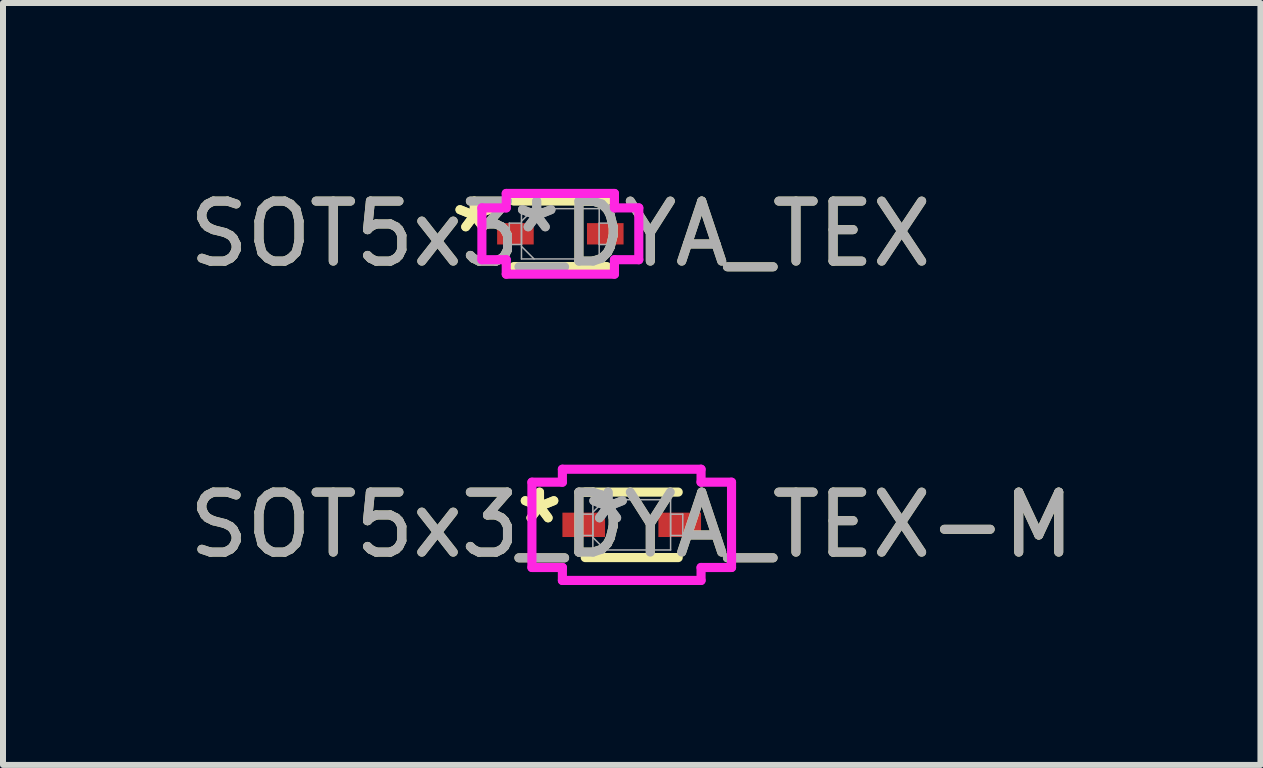
<source format=kicad_pcb>
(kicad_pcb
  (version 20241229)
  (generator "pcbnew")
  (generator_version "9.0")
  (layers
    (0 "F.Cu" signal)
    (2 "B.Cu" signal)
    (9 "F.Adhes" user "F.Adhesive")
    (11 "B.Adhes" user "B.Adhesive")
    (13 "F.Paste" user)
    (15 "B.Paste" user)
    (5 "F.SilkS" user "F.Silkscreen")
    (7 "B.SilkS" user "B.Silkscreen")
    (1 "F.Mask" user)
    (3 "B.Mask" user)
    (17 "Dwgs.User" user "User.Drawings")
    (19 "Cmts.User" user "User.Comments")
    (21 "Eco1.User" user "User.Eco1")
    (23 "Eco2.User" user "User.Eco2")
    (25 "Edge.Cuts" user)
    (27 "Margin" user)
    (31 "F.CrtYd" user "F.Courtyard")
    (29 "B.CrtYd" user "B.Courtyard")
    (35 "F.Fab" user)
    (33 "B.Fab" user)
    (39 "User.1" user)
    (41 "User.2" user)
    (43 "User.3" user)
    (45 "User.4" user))
  (footprint "SOT5x3_DYA_TEX-M"
    (layer "F.Cu")
    (at 7.482 5.7)
    (property "Reference" "SOT5x3_DYA_TEX-M" (at 0 0 0) (unlocked yes) (layer "F.SilkS") (effects (font (size 1 1) (thickness 0.15))))
    (attr smd)
    (fp_line (start -0.775 0.546) (end 0.775 0.546) (stroke (width 0.152) (type solid)) (layer "F.SilkS"))
    (fp_line (start 0.775 -0.546) (end -0.775 -0.546) (stroke (width 0.152) (type solid)) (layer "F.SilkS"))
    (fp_line (start -1.664 -0.711) (end -1.156 -0.711) (stroke (width 0.152) (type solid)) (layer "F.CrtYd"))
    (fp_line (start -1.664 0.711) (end -1.664 -0.711) (stroke (width 0.152) (type solid)) (layer "F.CrtYd"))
    (fp_line (start -1.156 -0.927) (end 1.156 -0.927) (stroke (width 0.152) (type solid)) (layer "F.CrtYd"))
    (fp_line (start -1.156 -0.711) (end -1.156 -0.927) (stroke (width 0.152) (type solid)) (layer "F.CrtYd"))
    (fp_line (start -1.156 0.711) (end -1.664 0.711) (stroke (width 0.152) (type solid)) (layer "F.CrtYd"))
    (fp_line (start -1.156 0.927) (end -1.156 0.711) (stroke (width 0.152) (type solid)) (layer "F.CrtYd"))
    (fp_line (start 1.156 -0.927) (end 1.156 -0.711) (stroke (width 0.152) (type solid)) (layer "F.CrtYd"))
    (fp_line (start 1.156 -0.711) (end 1.664 -0.711) (stroke (width 0.152) (type solid)) (layer "F.CrtYd"))
    (fp_line (start 1.156 0.711) (end 1.156 0.927) (stroke (width 0.152) (type solid)) (layer "F.CrtYd"))
    (fp_line (start 1.156 0.927) (end -1.156 0.927) (stroke (width 0.152) (type solid)) (layer "F.CrtYd"))
    (fp_line (start 1.664 -0.711) (end 1.664 0.711) (stroke (width 0.152) (type solid)) (layer "F.CrtYd"))
    (fp_line (start 1.664 0.711) (end 1.156 0.711) (stroke (width 0.152) (type solid)) (layer "F.CrtYd"))
    (fp_line (start -0.851 -0.178) (end -0.851 0.178) (stroke (width 0.025) (type solid)) (layer "F.Fab"))
    (fp_line (start -0.851 0.178) (end -0.648 0.178) (stroke (width 0.025) (type solid)) (layer "F.Fab"))
    (fp_line (start -0.648 -0.419) (end -0.648 0.419) (stroke (width 0.025) (type solid)) (layer "F.Fab"))
    (fp_line (start -0.648 -0.21) (end -0.438 -0.419) (stroke (width 0.025) (type solid)) (layer "F.Fab"))
    (fp_line (start -0.648 -0.178) (end -0.851 -0.178) (stroke (width 0.025) (type solid)) (layer "F.Fab"))
    (fp_line (start -0.648 0.178) (end -0.648 -0.178) (stroke (width 0.025) (type solid)) (layer "F.Fab"))
    (fp_line (start -0.648 0.21) (end -0.438 0.419) (stroke (width 0.025) (type solid)) (layer "F.Fab"))
    (fp_line (start -0.648 0.419) (end 0.648 0.419) (stroke (width 0.025) (type solid)) (layer "F.Fab"))
    (fp_line (start 0.648 -0.419) (end -0.648 -0.419) (stroke (width 0.025) (type solid)) (layer "F.Fab"))
    (fp_line (start 0.648 -0.178) (end 0.648 0.178) (stroke (width 0.025) (type solid)) (layer "F.Fab"))
    (fp_line (start 0.648 0.178) (end 0.851 0.178) (stroke (width 0.025) (type solid)) (layer "F.Fab"))
    (fp_line (start 0.648 0.419) (end 0.648 -0.419) (stroke (width 0.025) (type solid)) (layer "F.Fab"))
    (fp_line (start 0.851 -0.178) (end 0.648 -0.178) (stroke (width 0.025) (type solid)) (layer "F.Fab"))
    (fp_line (start 0.851 0.178) (end 0.851 -0.178) (stroke (width 0.025) (type solid)) (layer "F.Fab"))
    (fp_text user "*" (at -1.537 0 0) (layer "F.SilkS") (effects (font (size 1 1) (thickness 0.15))))
    (fp_text user "*" (at -1.537 0 0) (unlocked yes) (layer "F.SilkS") (effects (font (size 1 1) (thickness 0.15))))
    (fp_text user "${REFERENCE}" (at 0 0 0) (unlocked yes) (layer "F.Fab") (effects (font (size 1 1) (thickness 0.15))))
    (fp_text user "*" (at -0.394 0 0) (unlocked yes) (layer "F.Fab") (effects (font (size 1 1) (thickness 0.15))))
    (fp_text user "*" (at -0.394 0 0) (layer "F.Fab") (effects (font (size 1 1) (thickness 0.15))))
    (pad "1" smd rect (at -0.8 0) (size 0.711 0.406) (layers "F.Cu" "F.Mask" "F.Paste"))
    (pad "2" smd rect (at 0.8 0) (size 0.711 0.406) (layers "F.Cu" "F.Mask" "F.Paste"))
    (zone (net_name "") (layer "F.Cu") (hatch full 0.508) (connect_pads) (min_thickness 0.254) (filled_areas_thickness no) (keepout (tracks not_allowed) (vias not_allowed) (pads allowed) (copperpour not_allowed) (footprints allowed)) (placement (enabled no)) (fill) (polygon (pts (xy 7.088 5.332) (xy 7.876 5.332) (xy 7.876 6.068) (xy 7.088 6.068)))))
  (footprint "SOT5x3_DYA_TEX"
    (layer "F.Cu")
    (at 6.292 0.848)
    (property "Reference" "SOT5x3_DYA_TEX" (at 0 0 0) (unlocked yes) (layer "F.SilkS") (effects (font (size 1 1) (thickness 0.15))))
    (attr smd)
    (fp_line (start -0.775 0.546) (end 0.775 0.546) (stroke (width 0.152) (type solid)) (layer "F.SilkS"))
    (fp_line (start 0.775 -0.546) (end -0.775 -0.546) (stroke (width 0.152) (type solid)) (layer "F.SilkS"))
    (fp_line (start -1.308 -0.432) (end -0.902 -0.432) (stroke (width 0.152) (type solid)) (layer "F.CrtYd"))
    (fp_line (start -1.308 0.432) (end -1.308 -0.432) (stroke (width 0.152) (type solid)) (layer "F.CrtYd"))
    (fp_line (start -0.902 -0.673) (end 0.902 -0.673) (stroke (width 0.152) (type solid)) (layer "F.CrtYd"))
    (fp_line (start -0.902 -0.432) (end -0.902 -0.673) (stroke (width 0.152) (type solid)) (layer "F.CrtYd"))
    (fp_line (start -0.902 0.432) (end -1.308 0.432) (stroke (width 0.152) (type solid)) (layer "F.CrtYd"))
    (fp_line (start -0.902 0.673) (end -0.902 0.432) (stroke (width 0.152) (type solid)) (layer "F.CrtYd"))
    (fp_line (start 0.902 -0.673) (end 0.902 -0.432) (stroke (width 0.152) (type solid)) (layer "F.CrtYd"))
    (fp_line (start 0.902 -0.432) (end 1.308 -0.432) (stroke (width 0.152) (type solid)) (layer "F.CrtYd"))
    (fp_line (start 0.902 0.432) (end 0.902 0.673) (stroke (width 0.152) (type solid)) (layer "F.CrtYd"))
    (fp_line (start 0.902 0.673) (end -0.902 0.673) (stroke (width 0.152) (type solid)) (layer "F.CrtYd"))
    (fp_line (start 1.308 -0.432) (end 1.308 0.432) (stroke (width 0.152) (type solid)) (layer "F.CrtYd"))
    (fp_line (start 1.308 0.432) (end 0.902 0.432) (stroke (width 0.152) (type solid)) (layer "F.CrtYd"))
    (fp_line (start -0.851 -0.178) (end -0.851 0.178) (stroke (width 0.025) (type solid)) (layer "F.Fab"))
    (fp_line (start -0.851 0.178) (end -0.648 0.178) (stroke (width 0.025) (type solid)) (layer "F.Fab"))
    (fp_line (start -0.648 -0.419) (end -0.648 0.419) (stroke (width 0.025) (type solid)) (layer "F.Fab"))
    (fp_line (start -0.648 -0.21) (end -0.438 -0.419) (stroke (width 0.025) (type solid)) (layer "F.Fab"))
    (fp_line (start -0.648 -0.178) (end -0.851 -0.178) (stroke (width 0.025) (type solid)) (layer "F.Fab"))
    (fp_line (start -0.648 0.178) (end -0.648 -0.178) (stroke (width 0.025) (type solid)) (layer "F.Fab"))
    (fp_line (start -0.648 0.21) (end -0.438 0.419) (stroke (width 0.025) (type solid)) (layer "F.Fab"))
    (fp_line (start -0.648 0.419) (end 0.648 0.419) (stroke (width 0.025) (type solid)) (layer "F.Fab"))
    (fp_line (start 0.648 -0.419) (end -0.648 -0.419) (stroke (width 0.025) (type solid)) (layer "F.Fab"))
    (fp_line (start 0.648 -0.178) (end 0.648 0.178) (stroke (width 0.025) (type solid)) (layer "F.Fab"))
    (fp_line (start 0.648 0.178) (end 0.851 0.178) (stroke (width 0.025) (type solid)) (layer "F.Fab"))
    (fp_line (start 0.648 0.419) (end 0.648 -0.419) (stroke (width 0.025) (type solid)) (layer "F.Fab"))
    (fp_line (start 0.851 -0.178) (end 0.648 -0.178) (stroke (width 0.025) (type solid)) (layer "F.Fab"))
    (fp_line (start 0.851 0.178) (end 0.851 -0.178) (stroke (width 0.025) (type solid)) (layer "F.Fab"))
    (fp_text user "*" (at -1.435 0 0) (layer "F.SilkS") (effects (font (size 1 1) (thickness 0.15))))
    (fp_text user "*" (at -1.435 0 0) (unlocked yes) (layer "F.SilkS") (effects (font (size 1 1) (thickness 0.15))))
    (fp_text user "*" (at -0.394 0 0) (layer "F.Fab") (effects (font (size 1 1) (thickness 0.15))))
    (fp_text user "${REFERENCE}" (at 0 0 0) (unlocked yes) (layer "F.Fab") (effects (font (size 1 1) (thickness 0.15))))
    (fp_text user "*" (at -0.394 0 0) (unlocked yes) (layer "F.Fab") (effects (font (size 1 1) (thickness 0.15))))
    (pad "1" smd rect (at -0.749 0) (size 0.61 0.356) (layers "F.Cu" "F.Mask" "F.Paste"))
    (pad "2" smd rect (at 0.749 0) (size 0.61 0.356) (layers "F.Cu" "F.Mask" "F.Paste"))
    (zone (net_name "") (layer "F.Cu") (hatch full 0.508) (connect_pads) (min_thickness 0.254) (filled_areas_thickness no) (keepout (tracks not_allowed) (vias not_allowed) (pads allowed) (copperpour not_allowed) (footprints allowed)) (placement (enabled no)) (fill) (polygon (pts (xy 5.898 0.48) (xy 6.685 0.48) (xy 6.685 1.217) (xy 5.898 1.217)))))
  (gr_rect
    (start -3 -3)
    (end 17.964 9.703)
    (stroke (width 0.1) (type default))
    (fill no)
    (layer "Edge.Cuts")))
</source>
